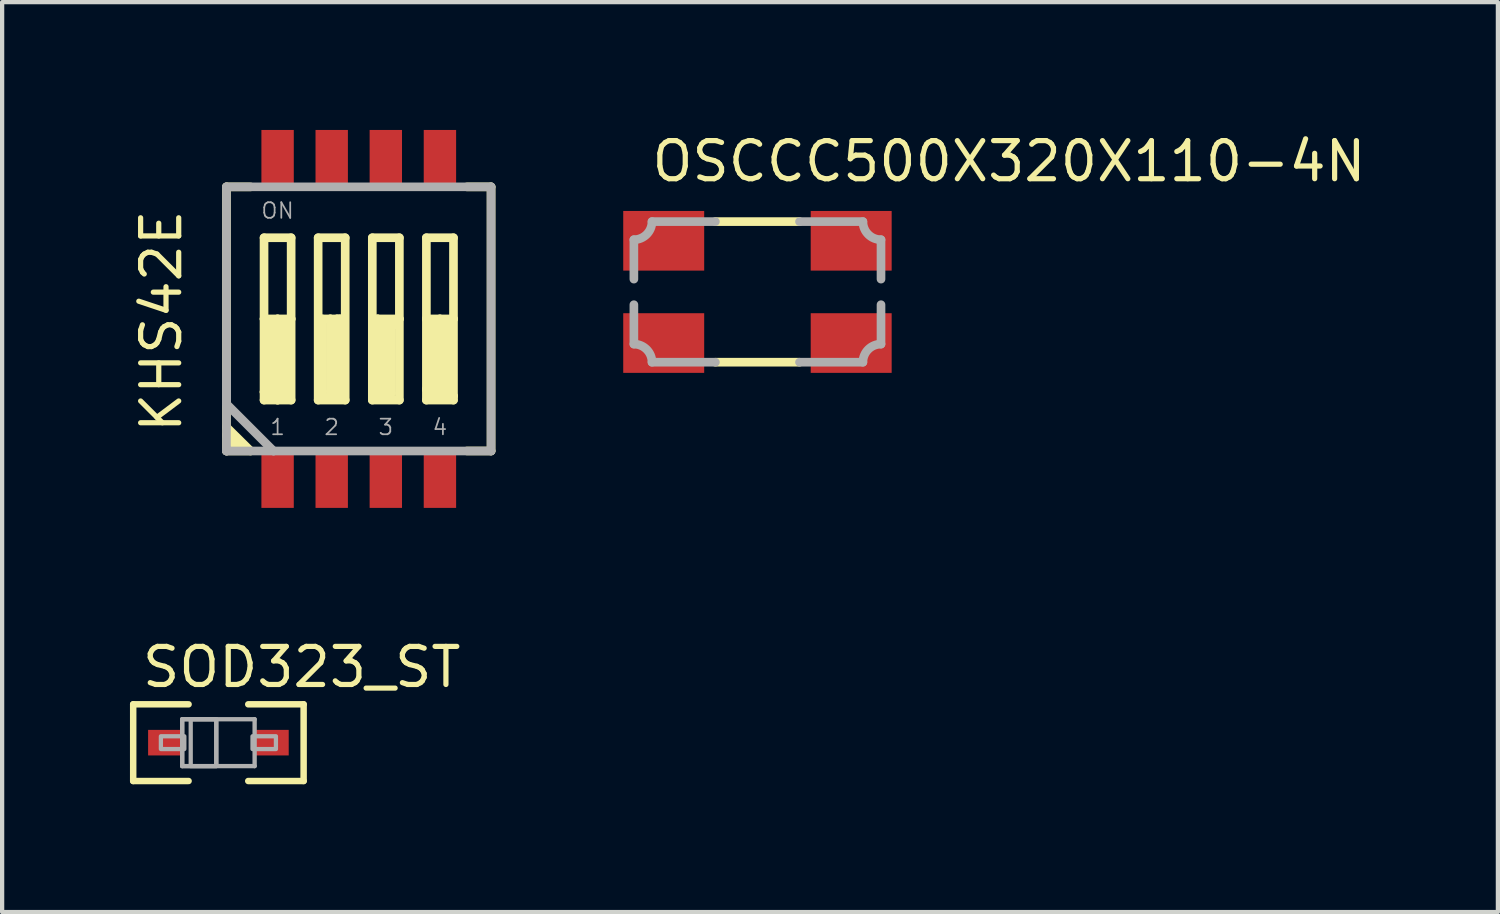
<source format=kicad_pcb>
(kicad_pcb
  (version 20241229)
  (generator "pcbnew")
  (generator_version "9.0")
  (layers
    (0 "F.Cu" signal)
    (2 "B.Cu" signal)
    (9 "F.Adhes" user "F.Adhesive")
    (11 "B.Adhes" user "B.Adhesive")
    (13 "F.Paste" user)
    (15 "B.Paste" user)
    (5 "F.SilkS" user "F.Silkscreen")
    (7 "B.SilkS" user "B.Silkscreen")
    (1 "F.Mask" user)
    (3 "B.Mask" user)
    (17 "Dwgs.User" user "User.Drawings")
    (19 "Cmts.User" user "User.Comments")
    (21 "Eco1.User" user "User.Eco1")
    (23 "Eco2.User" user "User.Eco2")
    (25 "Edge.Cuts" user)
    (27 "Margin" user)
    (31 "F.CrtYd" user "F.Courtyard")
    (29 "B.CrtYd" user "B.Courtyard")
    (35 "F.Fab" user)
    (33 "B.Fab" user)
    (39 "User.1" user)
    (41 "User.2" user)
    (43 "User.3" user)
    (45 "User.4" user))
  (footprint "OSCCC500X320X110-4N"
    (layer "F.Cu")
    (at 14.727 3.801)
    (property "Reference" "OSCCC500X320X110-4N" (at -2.541 -2.541 0) (layer "F.SilkS") (effects (font (size 0.894 0.894) (thickness 0.122)) (justify left bottom)))
    (fp_line (start -0.987 -1.65) (end 0.987 -1.65) (stroke (width 0.203) (type solid)) (layer "F.SilkS"))
    (fp_line (start 0.987 1.65) (end -0.987 1.65) (stroke (width 0.203) (type solid)) (layer "F.SilkS"))
    (fp_line (start -2.9 -0.3) (end -2.9 -1.225) (stroke (width 0.203) (type solid)) (layer "F.Fab"))
    (fp_line (start -2.9 1.225) (end -2.9 0.3) (stroke (width 0.203) (type solid)) (layer "F.Fab"))
    (fp_line (start -2.475 -1.65) (end -0.987 -1.65) (stroke (width 0.203) (type solid)) (layer "F.Fab"))
    (fp_line (start -0.987 1.65) (end -2.475 1.65) (stroke (width 0.203) (type solid)) (layer "F.Fab"))
    (fp_line (start 0.987 -1.65) (end 2.475 -1.65) (stroke (width 0.203) (type solid)) (layer "F.Fab"))
    (fp_line (start 2.475 1.65) (end 0.987 1.65) (stroke (width 0.203) (type solid)) (layer "F.Fab"))
    (fp_line (start 2.9 -1.225) (end 2.9 -0.3) (stroke (width 0.203) (type solid)) (layer "F.Fab"))
    (fp_line (start 2.9 0.3) (end 2.9 1.225) (stroke (width 0.203) (type solid)) (layer "F.Fab"))
    (fp_arc (start -2.9 1.225) (mid -2.600004 1.350004) (end -2.475 1.65) (stroke (width 0.2032) (type solid)) (layer "F.Fab"))
    (fp_arc (start -2.475 -1.65) (mid -2.600004 -1.350004) (end -2.9 -1.225) (stroke (width 0.2032) (type solid)) (layer "F.Fab"))
    (fp_arc (start 2.475 1.65) (mid 2.600004 1.350004) (end 2.9 1.225) (stroke (width 0.2032) (type solid)) (layer "F.Fab"))
    (fp_arc (start 2.9 -1.225) (mid 2.600004 -1.350004) (end 2.475 -1.65) (stroke (width 0.2032) (type solid)) (layer "F.Fab"))
    (pad "1" smd rect (at -2.2 1.2) (size 1.9 1.4) (layers "F.Cu" "F.Mask" "F.Paste"))
    (pad "2" smd rect (at 2.2 1.2) (size 1.9 1.4) (layers "F.Cu" "F.Mask" "F.Paste"))
    (pad "3" smd rect (at 2.2 -1.2) (size 1.9 1.4) (layers "F.Cu" "F.Mask" "F.Paste"))
    (pad "4" smd rect (at -2.2 -1.2) (size 1.9 1.4) (layers "F.Cu" "F.Mask" "F.Paste")))
  (footprint "KHS42E"
    (layer "F.Cu")
    (at 5.37 4.435)
    (property "Reference" "KHS42E" (at -4.11 2.73 90) (layer "F.SilkS") (effects (font (size 0.894 0.894) (thickness 0.122)) (justify left bottom)))
    (fp_line (start -3.105 -3.099) (end -3.105 2.54) (stroke (width 0.203) (type solid)) (layer "F.SilkS"))
    (fp_line (start -3.105 -3.099) (end -2.54 -3.099) (stroke (width 0.203) (type solid)) (layer "F.SilkS"))
    (fp_line (start -3.105 2.54) (end -3.105 2.731) (stroke (width 0.203) (type solid)) (layer "F.SilkS"))
    (fp_line (start -3.105 2.731) (end -3.105 3.099) (stroke (width 0.203) (type solid)) (layer "F.SilkS"))
    (fp_line (start -3.105 2.731) (end -2.807 3.029) (stroke (width 0.203) (type solid)) (layer "F.SilkS"))
    (fp_line (start -3.105 3.099) (end -2.54 3.099) (stroke (width 0.203) (type solid)) (layer "F.SilkS"))
    (fp_line (start -2.915 3.029) (end -2.972 2.972) (stroke (width 0.203) (type solid)) (layer "F.SilkS"))
    (fp_line (start -2.807 3.029) (end -2.915 3.029) (stroke (width 0.203) (type solid)) (layer "F.SilkS"))
    (fp_line (start -2.54 3.099) (end -3.105 2.54) (stroke (width 0.203) (type solid)) (layer "F.SilkS"))
    (fp_line (start -2.223 -1.905) (end -2.223 0) (stroke (width 0.203) (type solid)) (layer "F.SilkS"))
    (fp_line (start -2.223 0) (end -2.223 1.714) (stroke (width 0.203) (type solid)) (layer "F.SilkS"))
    (fp_line (start -2.223 1.714) (end -2.223 1.905) (stroke (width 0.203) (type solid)) (layer "F.SilkS"))
    (fp_line (start -2.223 1.714) (end -2.064 1.714) (stroke (width 0.203) (type solid)) (layer "F.SilkS"))
    (fp_line (start -2.223 1.905) (end -1.905 1.905) (stroke (width 0.203) (type solid)) (layer "F.SilkS"))
    (fp_line (start -2.127 0.127) (end -1.746 0.127) (stroke (width 0.203) (type solid)) (layer "F.SilkS"))
    (fp_line (start -2.127 0.159) (end -2.127 0.127) (stroke (width 0.203) (type solid)) (layer "F.SilkS"))
    (fp_line (start -2.064 1.714) (end -2.064 1.778) (stroke (width 0.203) (type solid)) (layer "F.SilkS"))
    (fp_line (start -2.064 1.778) (end -2.032 1.778) (stroke (width 0.203) (type solid)) (layer "F.SilkS"))
    (fp_line (start -2.032 0.159) (end -2.127 0.159) (stroke (width 0.203) (type solid)) (layer "F.SilkS"))
    (fp_line (start -2.032 1.778) (end -2.032 0.159) (stroke (width 0.203) (type solid)) (layer "F.SilkS"))
    (fp_line (start -1.905 0) (end -2.223 0) (stroke (width 0.203) (type solid)) (layer "F.SilkS"))
    (fp_line (start -1.905 0) (end -1.587 0) (stroke (width 0.203) (type solid)) (layer "F.SilkS"))
    (fp_line (start -1.905 1.905) (end -1.905 0) (stroke (width 0.203) (type solid)) (layer "F.SilkS"))
    (fp_line (start -1.905 1.905) (end -1.587 1.905) (stroke (width 0.203) (type solid)) (layer "F.SilkS"))
    (fp_line (start -1.746 0.127) (end -1.746 1.778) (stroke (width 0.203) (type solid)) (layer "F.SilkS"))
    (fp_line (start -1.746 1.778) (end -1.778 1.778) (stroke (width 0.203) (type solid)) (layer "F.SilkS"))
    (fp_line (start -1.587 -1.905) (end -2.223 -1.905) (stroke (width 0.203) (type solid)) (layer "F.SilkS"))
    (fp_line (start -1.587 0) (end -1.587 -1.905) (stroke (width 0.203) (type solid)) (layer "F.SilkS"))
    (fp_line (start -1.587 1.905) (end -1.587 0) (stroke (width 0.203) (type solid)) (layer "F.SilkS"))
    (fp_line (start -0.953 -1.905) (end -0.953 1.905) (stroke (width 0.203) (type solid)) (layer "F.SilkS"))
    (fp_line (start -0.953 1.905) (end -0.318 1.905) (stroke (width 0.203) (type solid)) (layer "F.SilkS"))
    (fp_line (start -0.857 0) (end -0.857 1.841) (stroke (width 0.203) (type solid)) (layer "F.SilkS"))
    (fp_line (start -0.857 0) (end -0.667 0) (stroke (width 0.203) (type solid)) (layer "F.SilkS"))
    (fp_line (start -0.857 1.841) (end -0.445 1.841) (stroke (width 0.203) (type solid)) (layer "F.SilkS"))
    (fp_line (start -0.667 0) (end -0.667 1.714) (stroke (width 0.203) (type solid)) (layer "F.SilkS"))
    (fp_line (start -0.667 1.714) (end -0.603 1.714) (stroke (width 0.203) (type solid)) (layer "F.SilkS"))
    (fp_line (start -0.603 1.714) (end -0.603 0.159) (stroke (width 0.203) (type solid)) (layer "F.SilkS"))
    (fp_line (start -0.508 0) (end -0.667 0) (stroke (width 0.203) (type solid)) (layer "F.SilkS"))
    (fp_line (start -0.508 0.032) (end -0.508 0) (stroke (width 0.203) (type solid)) (layer "F.SilkS"))
    (fp_line (start -0.445 0) (end -0.508 0) (stroke (width 0.203) (type solid)) (layer "F.SilkS"))
    (fp_line (start -0.445 0) (end -0.349 0) (stroke (width 0.203) (type solid)) (layer "F.SilkS"))
    (fp_line (start -0.445 1.841) (end -0.445 0) (stroke (width 0.203) (type solid)) (layer "F.SilkS"))
    (fp_line (start -0.318 -1.905) (end -0.953 -1.905) (stroke (width 0.203) (type solid)) (layer "F.SilkS"))
    (fp_line (start -0.318 1.905) (end -0.318 -1.905) (stroke (width 0.203) (type solid)) (layer "F.SilkS"))
    (fp_line (start 0.318 -1.905) (end 0.318 0) (stroke (width 0.203) (type solid)) (layer "F.SilkS"))
    (fp_line (start 0.318 0) (end 0.318 1.905) (stroke (width 0.203) (type solid)) (layer "F.SilkS"))
    (fp_line (start 0.318 0) (end 0.445 0) (stroke (width 0.203) (type solid)) (layer "F.SilkS"))
    (fp_line (start 0.318 1.905) (end 0.953 1.905) (stroke (width 0.203) (type solid)) (layer "F.SilkS"))
    (fp_line (start 0.445 0) (end 0.445 1.746) (stroke (width 0.203) (type solid)) (layer "F.SilkS"))
    (fp_line (start 0.445 0) (end 0.953 0) (stroke (width 0.203) (type solid)) (layer "F.SilkS"))
    (fp_line (start 0.445 1.746) (end 0.762 1.746) (stroke (width 0.203) (type solid)) (layer "F.SilkS"))
    (fp_line (start 0.603 0.127) (end 0.603 1.651) (stroke (width 0.203) (type solid)) (layer "F.SilkS"))
    (fp_line (start 0.762 0.159) (end 0.794 0.159) (stroke (width 0.203) (type solid)) (layer "F.SilkS"))
    (fp_line (start 0.762 1.746) (end 0.762 0.159) (stroke (width 0.203) (type solid)) (layer "F.SilkS"))
    (fp_line (start 0.794 0.127) (end 0.603 0.127) (stroke (width 0.203) (type solid)) (layer "F.SilkS"))
    (fp_line (start 0.794 0.159) (end 0.794 0.127) (stroke (width 0.203) (type solid)) (layer "F.SilkS"))
    (fp_line (start 0.953 -1.905) (end 0.318 -1.905) (stroke (width 0.203) (type solid)) (layer "F.SilkS"))
    (fp_line (start 0.953 0) (end 0.953 -1.905) (stroke (width 0.203) (type solid)) (layer "F.SilkS"))
    (fp_line (start 0.953 1.905) (end 0.953 0) (stroke (width 0.203) (type solid)) (layer "F.SilkS"))
    (fp_line (start 1.587 -1.905) (end 1.587 0) (stroke (width 0.203) (type solid)) (layer "F.SilkS"))
    (fp_line (start 1.587 0) (end 1.587 1.651) (stroke (width 0.203) (type solid)) (layer "F.SilkS"))
    (fp_line (start 1.587 1.651) (end 1.587 1.905) (stroke (width 0.203) (type solid)) (layer "F.SilkS"))
    (fp_line (start 1.587 1.651) (end 1.746 1.651) (stroke (width 0.203) (type solid)) (layer "F.SilkS"))
    (fp_line (start 1.587 1.905) (end 2.223 1.905) (stroke (width 0.203) (type solid)) (layer "F.SilkS"))
    (fp_line (start 1.746 0.159) (end 1.746 1.524) (stroke (width 0.203) (type solid)) (layer "F.SilkS"))
    (fp_line (start 1.746 1.651) (end 1.746 1.778) (stroke (width 0.203) (type solid)) (layer "F.SilkS"))
    (fp_line (start 1.746 1.778) (end 1.905 1.778) (stroke (width 0.203) (type solid)) (layer "F.SilkS"))
    (fp_line (start 1.778 0.095) (end 1.778 0.159) (stroke (width 0.203) (type solid)) (layer "F.SilkS"))
    (fp_line (start 1.778 0.159) (end 1.746 0.159) (stroke (width 0.203) (type solid)) (layer "F.SilkS"))
    (fp_line (start 1.905 0) (end 1.587 0) (stroke (width 0.203) (type solid)) (layer "F.SilkS"))
    (fp_line (start 1.905 0) (end 2.223 0) (stroke (width 0.203) (type solid)) (layer "F.SilkS"))
    (fp_line (start 1.905 1.778) (end 1.905 0) (stroke (width 0.203) (type solid)) (layer "F.SilkS"))
    (fp_line (start 2.064 0.095) (end 1.778 0.095) (stroke (width 0.203) (type solid)) (layer "F.SilkS"))
    (fp_line (start 2.064 1.81) (end 2.064 0.095) (stroke (width 0.203) (type solid)) (layer "F.SilkS"))
    (fp_line (start 2.223 -1.905) (end 1.587 -1.905) (stroke (width 0.203) (type solid)) (layer "F.SilkS"))
    (fp_line (start 2.223 0) (end 2.223 -1.905) (stroke (width 0.203) (type solid)) (layer "F.SilkS"))
    (fp_line (start 2.223 0) (end 2.223 1.81) (stroke (width 0.203) (type solid)) (layer "F.SilkS"))
    (fp_line (start 2.223 1.81) (end 2.064 1.81) (stroke (width 0.203) (type solid)) (layer "F.SilkS"))
    (fp_line (start 2.223 1.905) (end 2.223 1.81) (stroke (width 0.203) (type solid)) (layer "F.SilkS"))
    (fp_line (start 2.54 3.099) (end 3.105 3.099) (stroke (width 0.203) (type solid)) (layer "F.SilkS"))
    (fp_line (start 3.105 -3.099) (end 2.54 -3.099) (stroke (width 0.203) (type solid)) (layer "F.SilkS"))
    (fp_line (start 3.105 3.099) (end 3.105 -3.099) (stroke (width 0.203) (type solid)) (layer "F.SilkS"))
    (fp_line (start -3.105 -3.1) (end -3.105 3.1) (stroke (width 0.203) (type solid)) (layer "F.Fab"))
    (fp_line (start -3.105 -3.1) (end 3.105 -3.1) (stroke (width 0.203) (type solid)) (layer "F.Fab"))
    (fp_line (start -3.105 3.1) (end -3.1 3.1) (stroke (width 0.203) (type solid)) (layer "F.Fab"))
    (fp_line (start -3.1 2) (end -3.1 1.275) (stroke (width 0.203) (type solid)) (layer "F.Fab"))
    (fp_line (start -3.1 3.075) (end -3.1 3.1) (stroke (width 0.203) (type solid)) (layer "F.Fab"))
    (fp_line (start -3.1 3.1) (end -2 3.1) (stroke (width 0.203) (type solid)) (layer "F.Fab"))
    (fp_line (start -3.075 3.075) (end -3.1 3.075) (stroke (width 0.203) (type solid)) (layer "F.Fab"))
    (fp_line (start -2 3.1) (end -3.1 2) (stroke (width 0.203) (type solid)) (layer "F.Fab"))
    (fp_line (start -2 3.1) (end 3.105 3.1) (stroke (width 0.203) (type solid)) (layer "F.Fab"))
    (fp_line (start 3.105 -3.1) (end 3.105 3.1) (stroke (width 0.203) (type solid)) (layer "F.Fab"))
    (fp_text user "1" (at -1.905 2.54 0) (layer "F.Fab") (effects (font (size 0.366 0.366) (thickness 0.041))))
    (fp_text user "ON" (at -1.905 -2.54 0) (layer "F.Fab") (effects (font (size 0.366 0.366) (thickness 0.041))))
    (fp_text user "3" (at 0.635 2.54 0) (layer "F.Fab") (effects (font (size 0.366 0.366) (thickness 0.041))))
    (fp_text user "2" (at -0.635 2.54 0) (layer "F.Fab") (effects (font (size 0.366 0.366) (thickness 0.041))))
    (fp_text user "4" (at 1.905 2.54 0) (layer "F.Fab") (effects (font (size 0.366 0.366) (thickness 0.041))))
    (pad "1" smd rect (at -1.905 3.8) (size 0.76 1.27) (layers "F.Cu" "F.Mask" "F.Paste"))
    (pad "2" smd rect (at -0.635 3.8) (size 0.76 1.27) (layers "F.Cu" "F.Mask" "F.Paste"))
    (pad "3" smd rect (at 0.635 3.8) (size 0.76 1.27) (layers "F.Cu" "F.Mask" "F.Paste"))
    (pad "4" smd rect (at 1.905 3.8) (size 0.76 1.27) (layers "F.Cu" "F.Mask" "F.Paste"))
    (pad "5" smd rect (at 1.905 -3.8 180) (size 0.76 1.27) (layers "F.Cu" "F.Mask" "F.Paste"))
    (pad "6" smd rect (at 0.635 -3.8 180) (size 0.76 1.27) (layers "F.Cu" "F.Mask" "F.Paste"))
    (pad "7" smd rect (at -0.635 -3.8 180) (size 0.76 1.27) (layers "F.Cu" "F.Mask" "F.Paste"))
    (pad "8" smd rect (at -1.905 -3.8 180) (size 0.76 1.27) (layers "F.Cu" "F.Mask" "F.Paste")))
  (footprint "SOD323_ST"
    (layer "F.Cu")
    (at 2.076 14.38)
    (property "Reference" "SOD323_ST" (at -1.85 -1.25 0) (layer "F.SilkS") (effects (font (size 0.894 0.894) (thickness 0.122)) (justify left bottom)))
    (fp_line (start -2 -0.9) (end -2 0.9) (stroke (width 0.152) (type solid)) (layer "F.SilkS"))
    (fp_line (start -2 -0.9) (end -0.7 -0.9) (stroke (width 0.152) (type solid)) (layer "F.SilkS"))
    (fp_line (start -2 0.9) (end -0.7 0.9) (stroke (width 0.152) (type solid)) (layer "F.SilkS"))
    (fp_line (start 2 -0.9) (end 0.7 -0.9) (stroke (width 0.152) (type solid)) (layer "F.SilkS"))
    (fp_line (start 2 0.9) (end 0.7 0.9) (stroke (width 0.152) (type solid)) (layer "F.SilkS"))
    (fp_line (start 2 0.9) (end 2 -0.9) (stroke (width 0.152) (type solid)) (layer "F.SilkS"))
    (fp_line (start -0.85 -0.55) (end 0.85 -0.55) (stroke (width 0.102) (type solid)) (layer "F.Fab"))
    (fp_line (start -0.85 0.55) (end -0.85 -0.55) (stroke (width 0.102) (type solid)) (layer "F.Fab"))
    (fp_line (start 0.85 -0.55) (end 0.85 0.55) (stroke (width 0.102) (type solid)) (layer "F.Fab"))
    (fp_line (start 0.85 0.55) (end -0.85 0.55) (stroke (width 0.102) (type solid)) (layer "F.Fab"))
    (fp_poly (pts (xy -1.35 0.15) (xy -0.8 0.15) (xy -0.8 -0.15) (xy -1.35 -0.15)) (stroke (width 0.1) (type default)) (fill no) (layer "F.Fab"))
    (fp_poly (pts (xy -0.85 0.55) (xy -0.05 0.55) (xy -0.05 -0.55) (xy -0.85 -0.55)) (stroke (width 0.1) (type default)) (fill no) (layer "F.Fab"))
    (fp_poly (pts (xy -0.65 0.55) (xy -0.05 0.55) (xy -0.05 -0.55) (xy -0.65 -0.55)) (stroke (width 0.1) (type default)) (fill no) (layer "F.Fab"))
    (fp_poly (pts (xy 0.8 0.15) (xy 1.35 0.15) (xy 1.35 -0.15) (xy 0.8 -0.15)) (stroke (width 0.1) (type default)) (fill no) (layer "F.Fab"))
    (pad "A" smd rect (at 1.25 0) (size 0.8 0.6) (layers "F.Cu" "F.Mask" "F.Paste"))
    (pad "C" smd rect (at -1.25 0) (size 0.8 0.6) (layers "F.Cu" "F.Mask" "F.Paste")))
  (gr_rect
    (start -3 -3)
    (end 32.105 18.356)
    (stroke (width 0.1) (type default))
    (fill no)
    (layer "Edge.Cuts")))
</source>
